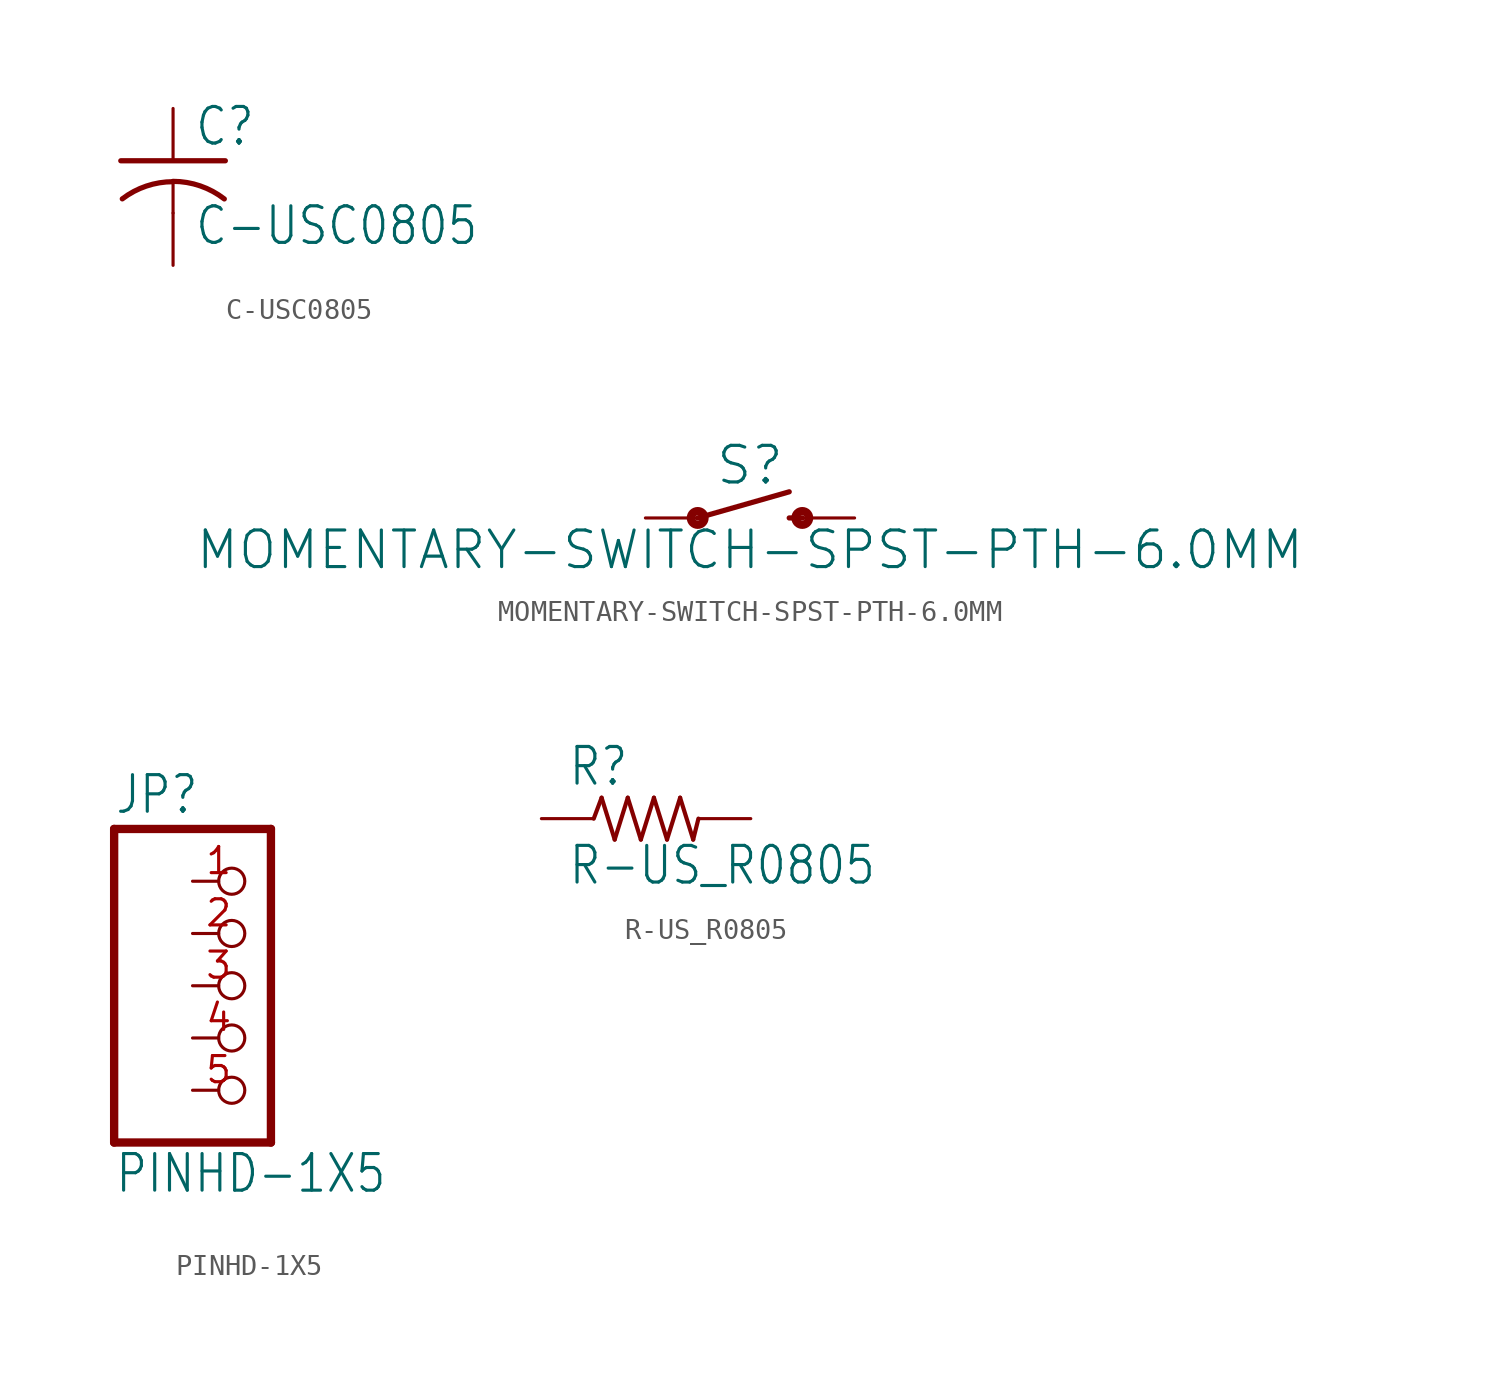
<source format=kicad_sym>
(kicad_symbol_lib
  (version 20220914)
  (generator kicad_symbol_editor)
  (symbol "C-USC0805"
    (property "Reference" "C"
      (at 1.016 0.635 0)
      (effects (font (size 1.778 1.511)) (justify left bottom)))
    (property "Value" "C-USC0805"
      (at 1.016 -4.191 0)
      (effects (font (size 1.778 1.511)) (justify left bottom)))
    (property "ki_locked" ""
      (at 0 0 0)
      (effects (font (size 1.27 1.27))))
    (symbol "C-USC0805_1_0"
      (arc (start 0 -1.0161) (mid -1.302 -1.2303) (end -2.4668 -1.8504) (stroke (width 0.254) (type default)) (fill (type none)))
      (polyline (pts (xy -2.54 0) (xy 2.54 0)) (stroke (width 0.254) (type default)) (fill (type none)))
      (polyline (pts (xy 0 -1.016) (xy 0 -2.54)) (stroke (width 0.152) (type default)) (fill (type none)))
      (arc (start 2.4892 -1.8542) (mid 1.3158 -1.2195) (end 0 -1) (stroke (width 0.254) (type default)) (fill (type none)))
      (pin passive line (at 0 2.54 270) (length 2.54) (name "1" (effects (font (size 0 0)))) (number "1" (effects (font (size 0 0)))))
      (pin passive line (at 0 -5.08 90) (length 2.54) (name "2" (effects (font (size 0 0)))) (number "2" (effects (font (size 0 0)))))))
  (symbol "MOMENTARY-SWITCH-SPST-PTH-6.0MM"
    (property "Reference" "S"
      (at 0 1.524 0)
      (effects (font (size 1.778 1.778)) (justify bottom)))
    (property "Value" "MOMENTARY-SWITCH-SPST-PTH-6.0MM"
      (at 0 -0.508 0)
      (effects (font (size 1.778 1.778)) (justify top)))
    (property "ki_locked" ""
      (at 0 0 0)
      (effects (font (size 1.27 1.27))))
    (symbol "MOMENTARY-SWITCH-SPST-PTH-6.0MM_1_0"
      (circle (center -2.54 0) (radius 0.127) (stroke (width 0.406) (type default)) (fill (type none)))
      (polyline (pts (xy -2.54 0) (xy 1.905 1.27)) (stroke (width 0.254) (type default)) (fill (type none)))
      (polyline (pts (xy 1.905 0) (xy 2.54 0)) (stroke (width 0.254) (type default)) (fill (type none)))
      (circle (center 2.54 0) (radius 0.127) (stroke (width 0.406) (type default)) (fill (type none)))
      (pin passive line (at -5.08 0 0) (length 2.54) (name "1" (effects (font (size 0 0)))) (number "1" (effects (font (size 0 0)))))
      (pin passive line (at 5.08 0 180) (length 2.54) (name "2" (effects (font (size 0 0)))) (number "3" (effects (font (size 0 0)))))))
  (symbol "PINHD-1X5"
    (property "Reference" "JP"
      (at -6.35 8.255 0)
      (effects (font (size 1.778 1.511)) (justify left bottom)))
    (property "Value" "PINHD-1X5"
      (at -6.35 -10.16 0)
      (effects (font (size 1.778 1.511)) (justify left bottom)))
    (property "ki_locked" ""
      (at 0 0 0)
      (effects (font (size 1.27 1.27))))
    (symbol "PINHD-1X5_1_0"
      (polyline (pts (xy -6.35 -7.62) (xy 1.27 -7.62)) (stroke (width 0.406) (type default)) (fill (type none)))
      (polyline (pts (xy -6.35 7.62) (xy -6.35 -7.62)) (stroke (width 0.406) (type default)) (fill (type none)))
      (polyline (pts (xy 1.27 -7.62) (xy 1.27 7.62)) (stroke (width 0.406) (type default)) (fill (type none)))
      (polyline (pts (xy 1.27 7.62) (xy -6.35 7.62)) (stroke (width 0.406) (type default)) (fill (type none)))
      (pin passive inverted (at -2.54 5.08 0) (length 2.54) (name "1" (effects (font (size 0 0)))) (number "1" (effects (font (size 1.27 1.27)))))
      (pin passive inverted (at -2.54 2.54 0) (length 2.54) (name "2" (effects (font (size 0 0)))) (number "2" (effects (font (size 1.27 1.27)))))
      (pin passive inverted (at -2.54 0 0) (length 2.54) (name "3" (effects (font (size 0 0)))) (number "3" (effects (font (size 1.27 1.27)))))
      (pin passive inverted (at -2.54 -2.54 0) (length 2.54) (name "4" (effects (font (size 0 0)))) (number "4" (effects (font (size 1.27 1.27)))))
      (pin passive inverted (at -2.54 -5.08 0) (length 2.54) (name "5" (effects (font (size 0 0)))) (number "5" (effects (font (size 1.27 1.27)))))))
  (symbol "R-US_R0805"
    (property "Reference" "R"
      (at -3.81 1.499 0)
      (effects (font (size 1.778 1.511)) (justify left bottom)))
    (property "Value" "R-US_R0805"
      (at -3.81 -3.302 0)
      (effects (font (size 1.778 1.511)) (justify left bottom)))
    (property "ki_locked" ""
      (at 0 0 0)
      (effects (font (size 1.27 1.27))))
    (symbol "R-US_R0805_1_0"
      (polyline (pts (xy -2.54 0) (xy -2.159 1.016)) (stroke (width 0.203) (type default)) (fill (type none)))
      (polyline (pts (xy -2.159 1.016) (xy -1.524 -1.016)) (stroke (width 0.203) (type default)) (fill (type none)))
      (polyline (pts (xy -1.524 -1.016) (xy -0.889 1.016)) (stroke (width 0.203) (type default)) (fill (type none)))
      (polyline (pts (xy -0.889 1.016) (xy -0.254 -1.016)) (stroke (width 0.203) (type default)) (fill (type none)))
      (polyline (pts (xy -0.254 -1.016) (xy 0.381 1.016)) (stroke (width 0.203) (type default)) (fill (type none)))
      (polyline (pts (xy 0.381 1.016) (xy 1.016 -1.016)) (stroke (width 0.203) (type default)) (fill (type none)))
      (polyline (pts (xy 1.016 -1.016) (xy 1.651 1.016)) (stroke (width 0.203) (type default)) (fill (type none)))
      (polyline (pts (xy 1.651 1.016) (xy 2.286 -1.016)) (stroke (width 0.203) (type default)) (fill (type none)))
      (polyline (pts (xy 2.286 -1.016) (xy 2.54 0)) (stroke (width 0.203) (type default)) (fill (type none)))
      (pin passive line (at -5.08 0 0) (length 2.54) (name "1" (effects (font (size 0 0)))) (number "1" (effects (font (size 0 0)))))
      (pin passive line (at 5.08 0 180) (length 2.54) (name "2" (effects (font (size 0 0)))) (number "2" (effects (font (size 0 0))))))))
</source>
